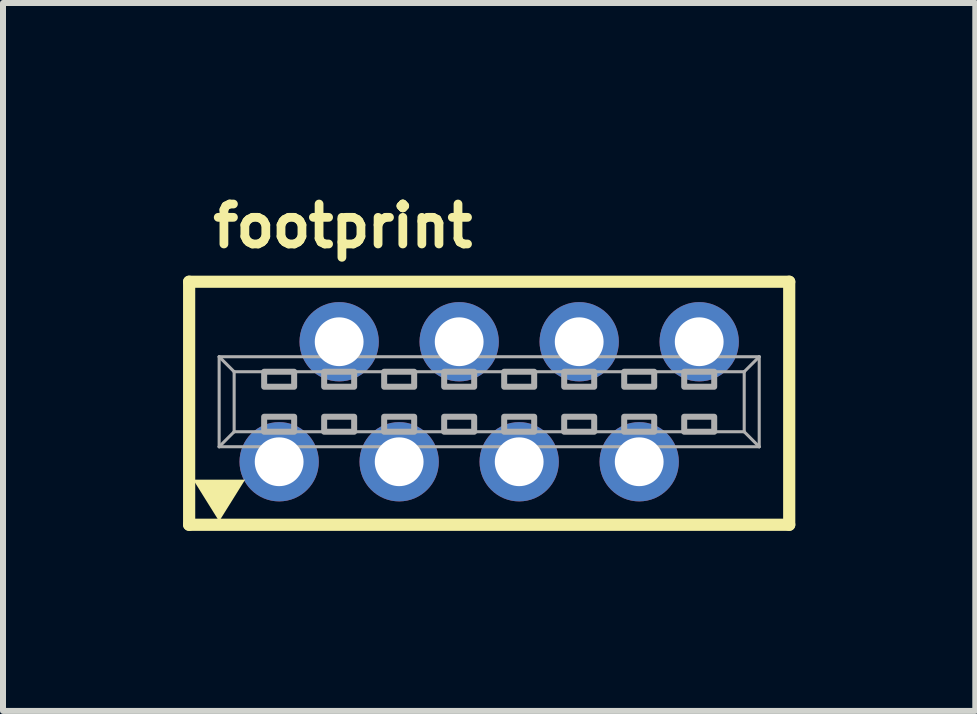
<source format=kicad_pcb>
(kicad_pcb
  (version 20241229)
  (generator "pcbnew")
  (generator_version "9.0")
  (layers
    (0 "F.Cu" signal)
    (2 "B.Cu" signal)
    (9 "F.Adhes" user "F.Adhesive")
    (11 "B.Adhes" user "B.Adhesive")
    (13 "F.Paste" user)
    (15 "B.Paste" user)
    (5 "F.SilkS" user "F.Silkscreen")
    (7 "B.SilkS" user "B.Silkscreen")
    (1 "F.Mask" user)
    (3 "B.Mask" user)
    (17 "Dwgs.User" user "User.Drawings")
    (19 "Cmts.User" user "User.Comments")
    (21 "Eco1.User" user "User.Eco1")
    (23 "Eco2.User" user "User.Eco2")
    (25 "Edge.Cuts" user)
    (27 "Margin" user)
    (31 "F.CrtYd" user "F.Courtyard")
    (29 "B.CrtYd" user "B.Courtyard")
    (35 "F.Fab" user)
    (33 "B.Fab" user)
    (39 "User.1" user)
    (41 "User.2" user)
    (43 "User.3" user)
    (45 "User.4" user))
  (footprint "footprint"
    (layer "F.Cu")
    (at 5.102 3.645)
    (property "Reference" "footprint" (at -4.675 -2.54 0) (layer "F.SilkS") (effects (font (size 0.666 0.666) (thickness 0.146)) (justify left bottom)))
    (fp_line (start -5 -2) (end -5 2.05) (stroke (width 0.203) (type solid)) (layer "F.SilkS"))
    (fp_line (start -5 2.05) (end 5 2.05) (stroke (width 0.203) (type solid)) (layer "F.SilkS"))
    (fp_line (start 5 -2) (end -5 -2) (stroke (width 0.203) (type solid)) (layer "F.SilkS"))
    (fp_line (start 5 -2) (end 5 2.05) (stroke (width 0.203) (type solid)) (layer "F.SilkS"))
    (fp_poly (pts (xy -4.5 1.992) (xy -4.933 1.298) (xy -4.067 1.298)) (stroke (width 0) (type solid)) (fill yes) (layer "F.SilkS"))
    (fp_line (start -4.5 -0.75) (end 4.5 -0.75) (stroke (width 0.051) (type solid)) (layer "F.Fab"))
    (fp_line (start -4.5 0.75) (end -4.5 -0.75) (stroke (width 0.051) (type solid)) (layer "F.Fab"))
    (fp_line (start -4.25 -0.5) (end -4.5 -0.75) (stroke (width 0.051) (type solid)) (layer "F.Fab"))
    (fp_line (start -4.25 -0.5) (end 4.25 -0.5) (stroke (width 0.051) (type solid)) (layer "F.Fab"))
    (fp_line (start -4.25 0.5) (end -4.5 0.75) (stroke (width 0.051) (type solid)) (layer "F.Fab"))
    (fp_line (start -4.25 0.5) (end -4.25 -0.5) (stroke (width 0.051) (type solid)) (layer "F.Fab"))
    (fp_line (start 4.25 -0.5) (end 4.25 0.5) (stroke (width 0.051) (type solid)) (layer "F.Fab"))
    (fp_line (start 4.25 -0.5) (end 4.5 -0.75) (stroke (width 0.051) (type solid)) (layer "F.Fab"))
    (fp_line (start 4.25 0.5) (end -4.25 0.5) (stroke (width 0.051) (type solid)) (layer "F.Fab"))
    (fp_line (start 4.25 0.5) (end 4.5 0.75) (stroke (width 0.051) (type solid)) (layer "F.Fab"))
    (fp_line (start 4.5 -0.75) (end 4.5 0.75) (stroke (width 0.051) (type solid)) (layer "F.Fab"))
    (fp_line (start 4.5 0.75) (end -4.5 0.75) (stroke (width 0.051) (type solid)) (layer "F.Fab"))
    (fp_poly (pts (xy -3.75 -0.25) (xy -3.25 -0.25) (xy -3.25 -0.5) (xy -3.75 -0.5)) (stroke (width 0.1) (type solid)) (fill no) (layer "F.Fab"))
    (fp_poly (pts (xy -3.75 0.5) (xy -3.25 0.5) (xy -3.25 0.25) (xy -3.75 0.25)) (stroke (width 0.1) (type solid)) (fill no) (layer "F.Fab"))
    (fp_poly (pts (xy -2.75 -0.25) (xy -2.25 -0.25) (xy -2.25 -0.5) (xy -2.75 -0.5)) (stroke (width 0.1) (type solid)) (fill no) (layer "F.Fab"))
    (fp_poly (pts (xy -2.75 0.5) (xy -2.25 0.5) (xy -2.25 0.25) (xy -2.75 0.25)) (stroke (width 0.1) (type solid)) (fill no) (layer "F.Fab"))
    (fp_poly (pts (xy -1.75 -0.25) (xy -1.25 -0.25) (xy -1.25 -0.5) (xy -1.75 -0.5)) (stroke (width 0.1) (type solid)) (fill no) (layer "F.Fab"))
    (fp_poly (pts (xy -1.75 0.5) (xy -1.25 0.5) (xy -1.25 0.25) (xy -1.75 0.25)) (stroke (width 0.1) (type solid)) (fill no) (layer "F.Fab"))
    (fp_poly (pts (xy -0.75 -0.25) (xy -0.25 -0.25) (xy -0.25 -0.5) (xy -0.75 -0.5)) (stroke (width 0.1) (type solid)) (fill no) (layer "F.Fab"))
    (fp_poly (pts (xy -0.75 0.5) (xy -0.25 0.5) (xy -0.25 0.25) (xy -0.75 0.25)) (stroke (width 0.1) (type solid)) (fill no) (layer "F.Fab"))
    (fp_poly (pts (xy 0.25 -0.25) (xy 0.75 -0.25) (xy 0.75 -0.5) (xy 0.25 -0.5)) (stroke (width 0.1) (type solid)) (fill no) (layer "F.Fab"))
    (fp_poly (pts (xy 0.25 0.5) (xy 0.75 0.5) (xy 0.75 0.25) (xy 0.25 0.25)) (stroke (width 0.1) (type solid)) (fill no) (layer "F.Fab"))
    (fp_poly (pts (xy 1.25 -0.25) (xy 1.75 -0.25) (xy 1.75 -0.5) (xy 1.25 -0.5)) (stroke (width 0.1) (type solid)) (fill no) (layer "F.Fab"))
    (fp_poly (pts (xy 1.25 0.5) (xy 1.75 0.5) (xy 1.75 0.25) (xy 1.25 0.25)) (stroke (width 0.1) (type solid)) (fill no) (layer "F.Fab"))
    (fp_poly (pts (xy 2.25 -0.25) (xy 2.75 -0.25) (xy 2.75 -0.5) (xy 2.25 -0.5)) (stroke (width 0.1) (type solid)) (fill no) (layer "F.Fab"))
    (fp_poly (pts (xy 2.25 0.5) (xy 2.75 0.5) (xy 2.75 0.25) (xy 2.25 0.25)) (stroke (width 0.1) (type solid)) (fill no) (layer "F.Fab"))
    (fp_poly (pts (xy 3.25 -0.25) (xy 3.75 -0.25) (xy 3.75 -0.5) (xy 3.25 -0.5)) (stroke (width 0.1) (type solid)) (fill no) (layer "F.Fab"))
    (fp_poly (pts (xy 3.25 0.5) (xy 3.75 0.5) (xy 3.75 0.25) (xy 3.25 0.25)) (stroke (width 0.1) (type solid)) (fill no) (layer "F.Fab"))
    (pad "1" thru_hole circle (at -3.5 1) (size 1.321 1.321) (drill 0.813) (layers "*.Cu" "*.Mask"))
    (pad "2" thru_hole circle (at -2.5 -1) (size 1.321 1.321) (drill 0.813) (layers "*.Cu" "*.Mask"))
    (pad "3" thru_hole circle (at -1.5 1) (size 1.321 1.321) (drill 0.813) (layers "*.Cu" "*.Mask"))
    (pad "4" thru_hole circle (at -0.5 -1) (size 1.321 1.321) (drill 0.813) (layers "*.Cu" "*.Mask"))
    (pad "5" thru_hole circle (at 0.5 1) (size 1.321 1.321) (drill 0.813) (layers "*.Cu" "*.Mask"))
    (pad "6" thru_hole circle (at 1.5 -1) (size 1.321 1.321) (drill 0.813) (layers "*.Cu" "*.Mask"))
    (pad "7" thru_hole circle (at 2.5 1) (size 1.321 1.321) (drill 0.813) (layers "*.Cu" "*.Mask"))
    (pad "8" thru_hole circle (at 3.5 -1) (size 1.321 1.321) (drill 0.813) (layers "*.Cu" "*.Mask")))
  (gr_rect
    (start -3 -3)
    (end 13.203 8.797)
    (stroke (width 0.1) (type default))
    (fill no)
    (layer "Edge.Cuts")))
</source>
